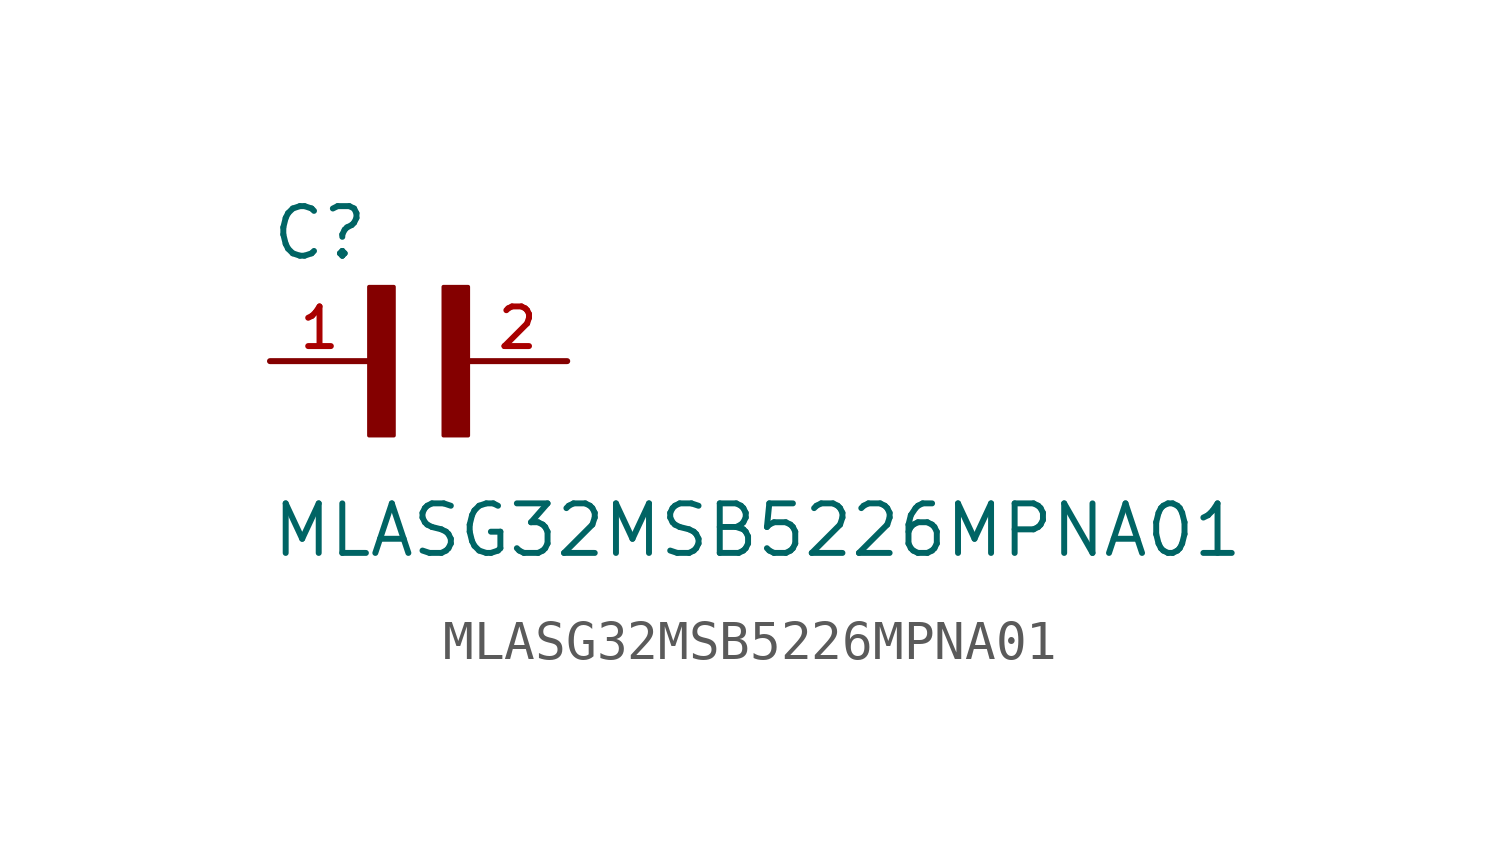
<source format=kicad_sym>
(kicad_symbol_lib
  (version 20211014)
  (generator kicad_symbol_editor)
  (symbol "MLASG32MSB5226MPNA01"
    (pin_names
      (offset 1.016))
    (property "Reference" "C"
      (at -2.54 2.54 0)
      (effects (font (size 1.27 1.27)) (justify bottom left)))
    (property "Value" "MLASG32MSB5226MPNA01"
      (at -2.54 -5.08 0)
      (effects (font (size 1.27 1.27)) (justify bottom left)))
    (symbol "MLASG32MSB5226MPNA01_0_0"
      (rectangle (start 0.0 -1.907) (end 0.635 1.905) (stroke (width 0.1)) (fill (type outline)))
      (rectangle (start 1.907 -1.907) (end 2.54 1.905) (stroke (width 0.1)) (fill (type outline)))
      (pin passive line (at -2.54 0.0 0) (length 2.54) (name "~" (effects (font (size 1.016 1.016)))) (number "1" (effects (font (size 1.016 1.016)))))
      (pin passive line (at 5.08 0.0 180.0) (length 2.54) (name "~" (effects (font (size 1.016 1.016)))) (number "2" (effects (font (size 1.016 1.016))))))))
</source>
